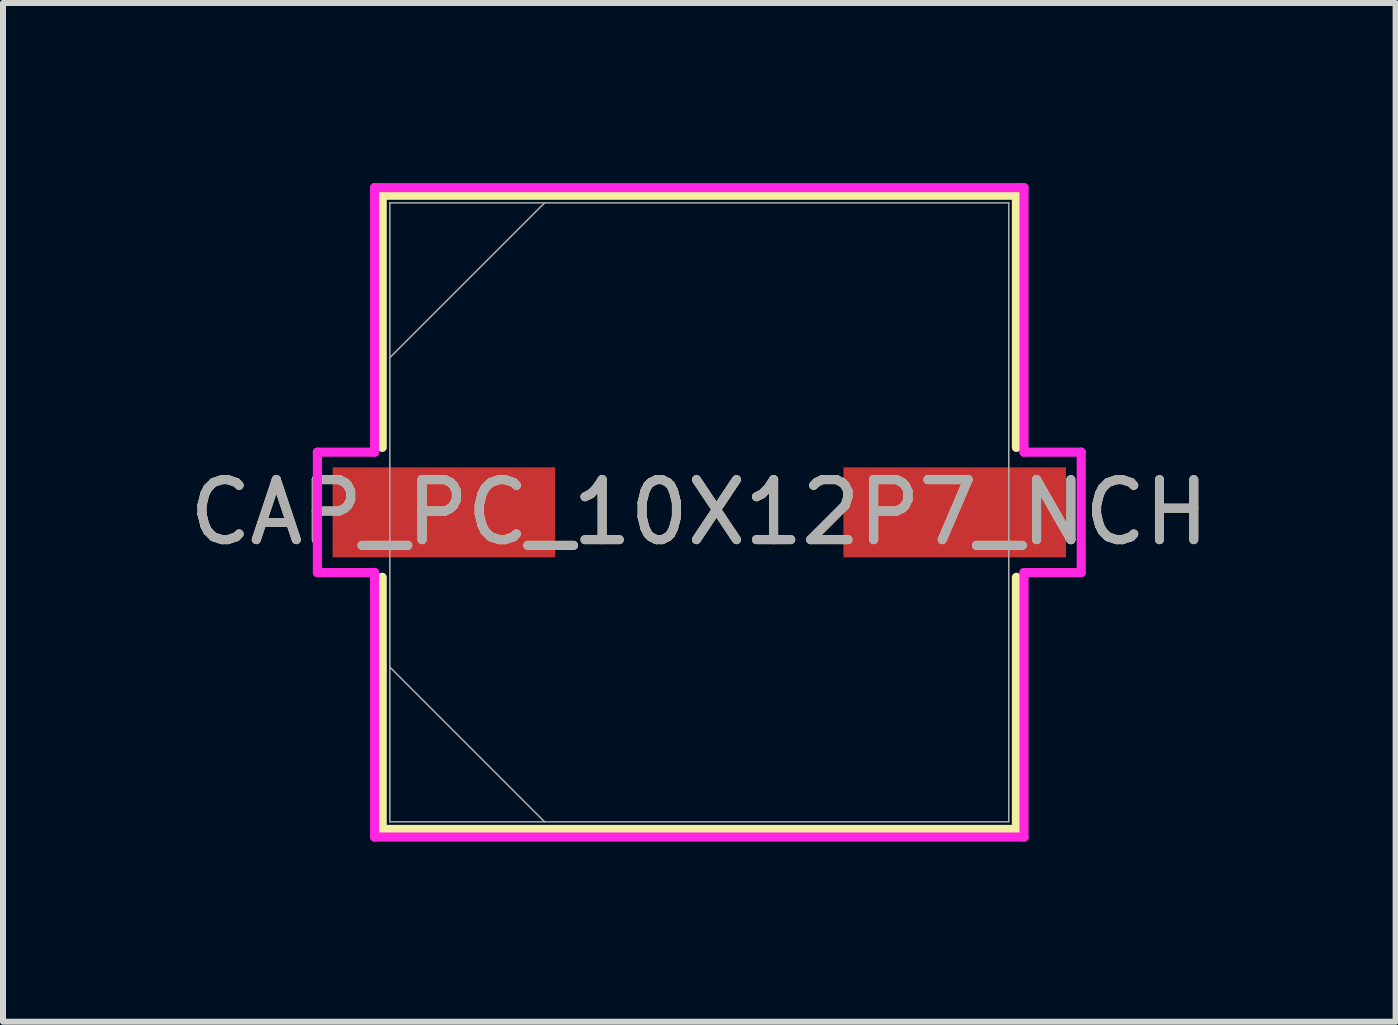
<source format=kicad_pcb>
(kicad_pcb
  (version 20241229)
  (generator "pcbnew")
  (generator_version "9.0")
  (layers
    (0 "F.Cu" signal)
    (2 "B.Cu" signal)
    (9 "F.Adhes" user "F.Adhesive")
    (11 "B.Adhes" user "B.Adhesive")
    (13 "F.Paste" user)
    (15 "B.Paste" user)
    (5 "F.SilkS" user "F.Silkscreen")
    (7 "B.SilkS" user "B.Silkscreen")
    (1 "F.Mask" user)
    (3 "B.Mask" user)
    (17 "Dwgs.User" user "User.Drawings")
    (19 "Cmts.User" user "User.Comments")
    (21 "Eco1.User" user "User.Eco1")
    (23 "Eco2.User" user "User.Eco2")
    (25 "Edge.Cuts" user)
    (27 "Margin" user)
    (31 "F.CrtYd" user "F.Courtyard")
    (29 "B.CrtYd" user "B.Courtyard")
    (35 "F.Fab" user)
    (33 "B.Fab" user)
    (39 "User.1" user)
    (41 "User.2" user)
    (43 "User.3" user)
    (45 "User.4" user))
  (footprint "CAP_PC_10X12P7_NCH"
    (layer "F.Cu")
    (at 8.601 5.486)
    (property "Reference" "CAP_PC_10X12P7_NCH" (at 0 0 0) (unlocked yes) (layer "F.SilkS") (effects (font (size 1 1) (thickness 0.15))))
    (attr smd)
    (fp_line (start -5.283 -5.283) (end -5.283 -1.082) (stroke (width 0.152) (type solid)) (layer "F.SilkS"))
    (fp_line (start -5.283 1.082) (end -5.283 5.283) (stroke (width 0.152) (type solid)) (layer "F.SilkS"))
    (fp_line (start -5.283 5.283) (end 5.283 5.283) (stroke (width 0.152) (type solid)) (layer "F.SilkS"))
    (fp_line (start 5.283 -5.283) (end -5.283 -5.283) (stroke (width 0.152) (type solid)) (layer "F.SilkS"))
    (fp_line (start 5.283 -1.082) (end 5.283 -5.283) (stroke (width 0.152) (type solid)) (layer "F.SilkS"))
    (fp_line (start 5.283 5.283) (end 5.283 1.082) (stroke (width 0.152) (type solid)) (layer "F.SilkS"))
    (fp_line (start -6.363 -1.003) (end -5.41 -1.003) (stroke (width 0.152) (type solid)) (layer "F.CrtYd"))
    (fp_line (start -6.363 1.003) (end -6.363 -1.003) (stroke (width 0.152) (type solid)) (layer "F.CrtYd"))
    (fp_line (start -5.41 -5.41) (end 5.41 -5.41) (stroke (width 0.152) (type solid)) (layer "F.CrtYd"))
    (fp_line (start -5.41 -1.003) (end -5.41 -5.41) (stroke (width 0.152) (type solid)) (layer "F.CrtYd"))
    (fp_line (start -5.41 1.003) (end -6.363 1.003) (stroke (width 0.152) (type solid)) (layer "F.CrtYd"))
    (fp_line (start -5.41 5.41) (end -5.41 1.003) (stroke (width 0.152) (type solid)) (layer "F.CrtYd"))
    (fp_line (start 5.41 -5.41) (end 5.41 -1.003) (stroke (width 0.152) (type solid)) (layer "F.CrtYd"))
    (fp_line (start 5.41 -1.003) (end 6.363 -1.003) (stroke (width 0.152) (type solid)) (layer "F.CrtYd"))
    (fp_line (start 5.41 1.003) (end 5.41 5.41) (stroke (width 0.152) (type solid)) (layer "F.CrtYd"))
    (fp_line (start 5.41 5.41) (end -5.41 5.41) (stroke (width 0.152) (type solid)) (layer "F.CrtYd"))
    (fp_line (start 6.363 -1.003) (end 6.363 1.003) (stroke (width 0.152) (type solid)) (layer "F.CrtYd"))
    (fp_line (start 6.363 1.003) (end 5.41 1.003) (stroke (width 0.152) (type solid)) (layer "F.CrtYd"))
    (fp_line (start -5.156 -5.156) (end -5.156 5.156) (stroke (width 0.025) (type solid)) (layer "F.Fab"))
    (fp_line (start -5.156 -2.578) (end -2.578 -5.156) (stroke (width 0.025) (type solid)) (layer "F.Fab"))
    (fp_line (start -5.156 2.578) (end -2.578 5.156) (stroke (width 0.025) (type solid)) (layer "F.Fab"))
    (fp_line (start -5.156 5.156) (end 5.156 5.156) (stroke (width 0.025) (type solid)) (layer "F.Fab"))
    (fp_line (start 5.156 -5.156) (end -5.156 -5.156) (stroke (width 0.025) (type solid)) (layer "F.Fab"))
    (fp_line (start 5.156 5.156) (end 5.156 -5.156) (stroke (width 0.025) (type solid)) (layer "F.Fab"))
    (fp_circle (center -4.648 0) (end -4.648 0) (stroke (width 0.025) (type solid)) (fill no) (layer "F.Fab"))
    (fp_text user "${REFERENCE}" (at 0 0 0) (unlocked yes) (layer "F.Fab") (effects (font (size 1 1) (thickness 0.15))))
    (pad "1" smd rect (at -4.255 0) (size 3.708 1.499) (layers "F.Cu" "F.Mask" "F.Paste"))
    (pad "2" smd rect (at 4.255 0) (size 3.708 1.499) (layers "F.Cu" "F.Mask" "F.Paste"))
    (zone (net_name "") (layer "F.Cu") (hatch full 0.508) (connect_pads) (min_thickness 0.254) (filled_areas_thickness no) (keepout (tracks not_allowed) (vias not_allowed) (pads allowed) (copperpour not_allowed) (footprints allowed)) (placement (enabled no)) (fill) (polygon (pts (xy 3.496 0.381) (xy 13.707 0.381) (xy 13.707 4.686) (xy 3.496 4.686))))
    (zone (net_name "") (layer "F.Cu") (hatch full 0.508) (connect_pads) (min_thickness 0.254) (filled_areas_thickness no) (keepout (tracks not_allowed) (vias not_allowed) (pads allowed) (copperpour not_allowed) (footprints allowed)) (placement (enabled no)) (fill) (polygon (pts (xy 3.496 6.287) (xy 13.707 6.287) (xy 13.707 10.592) (xy 3.496 10.592))))
    (zone (net_name "") (layer "F.Cu") (hatch full 0.508) (connect_pads) (min_thickness 0.254) (filled_areas_thickness no) (keepout (tracks not_allowed) (vias not_allowed) (pads allowed) (copperpour not_allowed) (footprints allowed)) (placement (enabled no)) (fill) (polygon (pts (xy 6.252 4.686) (xy 10.951 4.686) (xy 10.951 6.287) (xy 6.252 6.287)))))
  (gr_rect
    (start -3 -3)
    (end 20.202 13.973)
    (stroke (width 0.1) (type default))
    (fill no)
    (layer "Edge.Cuts")))
</source>
